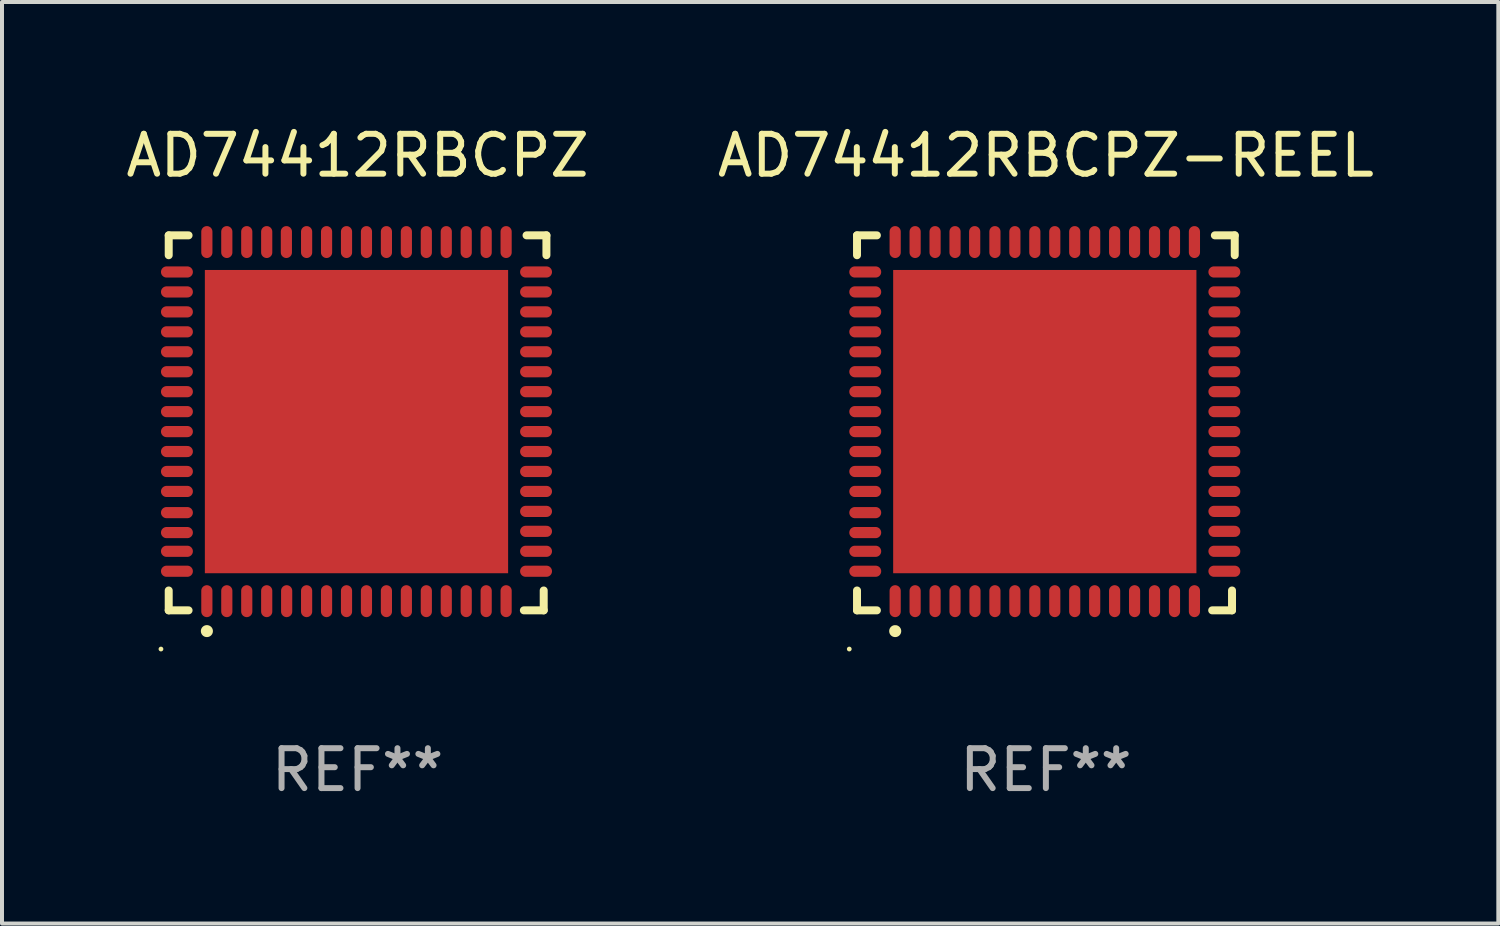
<source format=kicad_pcb>
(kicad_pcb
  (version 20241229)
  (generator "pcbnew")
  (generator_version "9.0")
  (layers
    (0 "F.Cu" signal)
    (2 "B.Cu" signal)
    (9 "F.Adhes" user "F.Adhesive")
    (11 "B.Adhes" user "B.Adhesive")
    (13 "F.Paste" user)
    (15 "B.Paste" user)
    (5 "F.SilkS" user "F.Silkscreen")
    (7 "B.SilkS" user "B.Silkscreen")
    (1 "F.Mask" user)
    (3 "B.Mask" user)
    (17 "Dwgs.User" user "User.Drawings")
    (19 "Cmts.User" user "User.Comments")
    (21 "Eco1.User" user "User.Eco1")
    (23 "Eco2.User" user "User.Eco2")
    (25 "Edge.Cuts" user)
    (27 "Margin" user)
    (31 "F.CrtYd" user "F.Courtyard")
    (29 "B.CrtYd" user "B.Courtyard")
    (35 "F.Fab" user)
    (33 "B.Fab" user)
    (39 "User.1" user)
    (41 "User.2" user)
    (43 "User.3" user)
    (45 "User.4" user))
  (footprint "AD74412RBCPZ-REEL"
    (layer "F.Cu")
    (at 23.161 7.547)
    (property "Reference" "AD74412RBCPZ-REEL" (at 0 -6.699 0) (layer "F.SilkS") (effects (font (size 1 1) (thickness 0.15))))
    (attr through_hole)
    (fp_line (start -4.733 -4.699) (end -4.235 -4.699) (stroke (width 0.2) (type solid)) (layer "F.SilkS"))
    (fp_line (start -4.733 -4.201) (end -4.733 -4.699) (stroke (width 0.2) (type solid)) (layer "F.SilkS"))
    (fp_line (start -4.733 4.699) (end -4.733 4.201) (stroke (width 0.2) (type solid)) (layer "F.SilkS"))
    (fp_line (start -4.235 4.699) (end -4.733 4.699) (stroke (width 0.2) (type solid)) (layer "F.SilkS"))
    (fp_line (start 4.168 4.699) (end 4.665 4.699) (stroke (width 0.2) (type solid)) (layer "F.SilkS"))
    (fp_line (start 4.665 4.699) (end 4.665 4.201) (stroke (width 0.2) (type solid)) (layer "F.SilkS"))
    (fp_line (start 4.733 -4.699) (end 4.235 -4.699) (stroke (width 0.2) (type solid)) (layer "F.SilkS"))
    (fp_line (start 4.733 -4.201) (end 4.733 -4.699) (stroke (width 0.2) (type solid)) (layer "F.SilkS"))
    (fp_arc (start -3.777419 5.219329) (mid -3.776149 5.219324) (end -3.774879 5.219329) (stroke (width 0.3) (type solid)) (layer "F.SilkS"))
    (fp_circle (center -4.927 5.669) (end -4.897 5.669) (stroke (width 0.06) (type solid)) (fill no) (layer "F.SilkS"))
    (fp_text user "REF**" (at 0 8.699 0) (layer "F.Fab") (effects (font (size 1 1) (thickness 0.15))))
    (pad "1" smd oval (at -3.777 4.469 180) (size 0.28 0.8) (layers "F.Cu" "F.Mask" "F.Paste"))
    (pad "2" smd oval (at -3.277 4.469 180) (size 0.28 0.8) (layers "F.Cu" "F.Mask" "F.Paste"))
    (pad "3" smd oval (at -2.777 4.469 180) (size 0.28 0.8) (layers "F.Cu" "F.Mask" "F.Paste"))
    (pad "4" smd oval (at -2.277 4.469 180) (size 0.28 0.8) (layers "F.Cu" "F.Mask" "F.Paste"))
    (pad "5" smd oval (at -1.777 4.469 180) (size 0.28 0.8) (layers "F.Cu" "F.Mask" "F.Paste"))
    (pad "6" smd oval (at -1.277 4.469 180) (size 0.28 0.8) (layers "F.Cu" "F.Mask" "F.Paste"))
    (pad "7" smd oval (at -0.777 4.469 180) (size 0.28 0.8) (layers "F.Cu" "F.Mask" "F.Paste"))
    (pad "8" smd oval (at -0.277 4.469 180) (size 0.28 0.8) (layers "F.Cu" "F.Mask" "F.Paste"))
    (pad "9" smd oval (at 0.223 4.469 180) (size 0.28 0.8) (layers "F.Cu" "F.Mask" "F.Paste"))
    (pad "10" smd oval (at 0.723 4.469 180) (size 0.28 0.8) (layers "F.Cu" "F.Mask" "F.Paste"))
    (pad "11" smd oval (at 1.223 4.469 180) (size 0.28 0.8) (layers "F.Cu" "F.Mask" "F.Paste"))
    (pad "12" smd oval (at 1.723 4.469 180) (size 0.28 0.8) (layers "F.Cu" "F.Mask" "F.Paste"))
    (pad "13" smd oval (at 2.223 4.469 180) (size 0.28 0.8) (layers "F.Cu" "F.Mask" "F.Paste"))
    (pad "14" smd oval (at 2.723 4.469 180) (size 0.28 0.8) (layers "F.Cu" "F.Mask" "F.Paste"))
    (pad "15" smd oval (at 3.223 4.469 180) (size 0.28 0.8) (layers "F.Cu" "F.Mask" "F.Paste"))
    (pad "16" smd oval (at 3.723 4.469 180) (size 0.28 0.8) (layers "F.Cu" "F.Mask" "F.Paste"))
    (pad "17" smd oval (at 4.473 3.719 270) (size 0.28 0.8) (layers "F.Cu" "F.Mask" "F.Paste"))
    (pad "18" smd oval (at 4.473 3.219 270) (size 0.28 0.8) (layers "F.Cu" "F.Mask" "F.Paste"))
    (pad "19" smd oval (at 4.473 2.719 270) (size 0.28 0.8) (layers "F.Cu" "F.Mask" "F.Paste"))
    (pad "20" smd oval (at 4.473 2.219 270) (size 0.28 0.8) (layers "F.Cu" "F.Mask" "F.Paste"))
    (pad "21" smd oval (at 4.473 1.719 270) (size 0.28 0.8) (layers "F.Cu" "F.Mask" "F.Paste"))
    (pad "22" smd oval (at 4.473 1.219 270) (size 0.28 0.8) (layers "F.Cu" "F.Mask" "F.Paste"))
    (pad "23" smd oval (at 4.473 0.719 270) (size 0.28 0.8) (layers "F.Cu" "F.Mask" "F.Paste"))
    (pad "24" smd oval (at 4.473 0.219 270) (size 0.28 0.8) (layers "F.Cu" "F.Mask" "F.Paste"))
    (pad "25" smd oval (at 4.473 -0.281 270) (size 0.28 0.8) (layers "F.Cu" "F.Mask" "F.Paste"))
    (pad "26" smd oval (at 4.473 -0.781 270) (size 0.28 0.8) (layers "F.Cu" "F.Mask" "F.Paste"))
    (pad "27" smd oval (at 4.473 -1.281 270) (size 0.28 0.8) (layers "F.Cu" "F.Mask" "F.Paste"))
    (pad "28" smd oval (at 4.473 -1.781 270) (size 0.28 0.8) (layers "F.Cu" "F.Mask" "F.Paste"))
    (pad "29" smd oval (at 4.473 -2.281 270) (size 0.28 0.8) (layers "F.Cu" "F.Mask" "F.Paste"))
    (pad "30" smd oval (at 4.473 -2.781 270) (size 0.28 0.8) (layers "F.Cu" "F.Mask" "F.Paste"))
    (pad "31" smd oval (at 4.473 -3.281 270) (size 0.28 0.8) (layers "F.Cu" "F.Mask" "F.Paste"))
    (pad "32" smd oval (at 4.473 -3.781 270) (size 0.28 0.8) (layers "F.Cu" "F.Mask" "F.Paste"))
    (pad "33" smd oval (at 3.723 -4.531) (size 0.28 0.8) (layers "F.Cu" "F.Mask" "F.Paste"))
    (pad "34" smd oval (at 3.223 -4.531) (size 0.28 0.8) (layers "F.Cu" "F.Mask" "F.Paste"))
    (pad "35" smd oval (at 2.723 -4.531) (size 0.28 0.8) (layers "F.Cu" "F.Mask" "F.Paste"))
    (pad "36" smd oval (at 2.223 -4.531) (size 0.28 0.8) (layers "F.Cu" "F.Mask" "F.Paste"))
    (pad "37" smd oval (at 1.723 -4.531) (size 0.28 0.8) (layers "F.Cu" "F.Mask" "F.Paste"))
    (pad "38" smd oval (at 1.223 -4.531) (size 0.28 0.8) (layers "F.Cu" "F.Mask" "F.Paste"))
    (pad "39" smd oval (at 0.723 -4.531) (size 0.28 0.8) (layers "F.Cu" "F.Mask" "F.Paste"))
    (pad "40" smd oval (at 0.223 -4.531) (size 0.28 0.8) (layers "F.Cu" "F.Mask" "F.Paste"))
    (pad "41" smd oval (at -0.277 -4.531) (size 0.28 0.8) (layers "F.Cu" "F.Mask" "F.Paste"))
    (pad "42" smd oval (at -0.777 -4.531) (size 0.28 0.8) (layers "F.Cu" "F.Mask" "F.Paste"))
    (pad "43" smd oval (at -1.277 -4.531) (size 0.28 0.8) (layers "F.Cu" "F.Mask" "F.Paste"))
    (pad "44" smd oval (at -1.784 -4.531) (size 0.28 0.8) (layers "F.Cu" "F.Mask" "F.Paste"))
    (pad "45" smd oval (at -2.277 -4.531) (size 0.28 0.8) (layers "F.Cu" "F.Mask" "F.Paste"))
    (pad "46" smd oval (at -2.777 -4.531) (size 0.28 0.8) (layers "F.Cu" "F.Mask" "F.Paste"))
    (pad "47" smd oval (at -3.277 -4.531) (size 0.28 0.8) (layers "F.Cu" "F.Mask" "F.Paste"))
    (pad "48" smd oval (at -3.777 -4.531) (size 0.28 0.8) (layers "F.Cu" "F.Mask" "F.Paste"))
    (pad "49" smd oval (at -4.527 -3.781 90) (size 0.28 0.8) (layers "F.Cu" "F.Mask" "F.Paste"))
    (pad "50" smd oval (at -4.527 -3.281 90) (size 0.28 0.8) (layers "F.Cu" "F.Mask" "F.Paste"))
    (pad "51" smd oval (at -4.527 -2.781 90) (size 0.28 0.8) (layers "F.Cu" "F.Mask" "F.Paste"))
    (pad "52" smd oval (at -4.527 -2.281 90) (size 0.28 0.8) (layers "F.Cu" "F.Mask" "F.Paste"))
    (pad "53" smd oval (at -4.527 -1.781 90) (size 0.28 0.8) (layers "F.Cu" "F.Mask" "F.Paste"))
    (pad "54" smd oval (at -4.527 -1.281 90) (size 0.28 0.8) (layers "F.Cu" "F.Mask" "F.Paste"))
    (pad "55" smd oval (at -4.527 -0.781 90) (size 0.28 0.8) (layers "F.Cu" "F.Mask" "F.Paste"))
    (pad "56" smd oval (at -4.527 -0.281 90) (size 0.28 0.8) (layers "F.Cu" "F.Mask" "F.Paste"))
    (pad "57" smd oval (at -4.527 0.219 90) (size 0.28 0.8) (layers "F.Cu" "F.Mask" "F.Paste"))
    (pad "58" smd oval (at -4.527 0.719 90) (size 0.28 0.8) (layers "F.Cu" "F.Mask" "F.Paste"))
    (pad "59" smd oval (at -4.527 1.219 90) (size 0.28 0.8) (layers "F.Cu" "F.Mask" "F.Paste"))
    (pad "60" smd oval (at -4.527 1.719 90) (size 0.28 0.8) (layers "F.Cu" "F.Mask" "F.Paste"))
    (pad "61" smd oval (at -4.527 2.25 90) (size 0.28 0.8) (layers "F.Cu" "F.Mask" "F.Paste"))
    (pad "62" smd oval (at -4.527 2.75 90) (size 0.28 0.8) (layers "F.Cu" "F.Mask" "F.Paste"))
    (pad "63" smd oval (at -4.527 3.219 90) (size 0.28 0.8) (layers "F.Cu" "F.Mask" "F.Paste"))
    (pad "64" smd oval (at -4.527 3.719 90) (size 0.28 0.8) (layers "F.Cu" "F.Mask" "F.Paste"))
    (pad "65" smd rect (at -0.027 -0.031 90) (size 7.6 7.6) (layers "F.Cu" "F.Mask" "F.Paste")))
  (footprint "AD74412RBCPZ"
    (layer "F.Cu")
    (at 5.911 7.547)
    (property "Reference" "AD74412RBCPZ" (at 0 -6.699 0) (layer "F.SilkS") (effects (font (size 1 1) (thickness 0.15))))
    (attr through_hole)
    (fp_line (start -4.733 -4.699) (end -4.235 -4.699) (stroke (width 0.2) (type solid)) (layer "F.SilkS"))
    (fp_line (start -4.733 -4.201) (end -4.733 -4.699) (stroke (width 0.2) (type solid)) (layer "F.SilkS"))
    (fp_line (start -4.733 4.699) (end -4.733 4.201) (stroke (width 0.2) (type solid)) (layer "F.SilkS"))
    (fp_line (start -4.235 4.699) (end -4.733 4.699) (stroke (width 0.2) (type solid)) (layer "F.SilkS"))
    (fp_line (start 4.168 4.699) (end 4.665 4.699) (stroke (width 0.2) (type solid)) (layer "F.SilkS"))
    (fp_line (start 4.665 4.699) (end 4.665 4.201) (stroke (width 0.2) (type solid)) (layer "F.SilkS"))
    (fp_line (start 4.733 -4.699) (end 4.235 -4.699) (stroke (width 0.2) (type solid)) (layer "F.SilkS"))
    (fp_line (start 4.733 -4.201) (end 4.733 -4.699) (stroke (width 0.2) (type solid)) (layer "F.SilkS"))
    (fp_arc (start -3.777419 5.219329) (mid -3.776149 5.219324) (end -3.774879 5.219329) (stroke (width 0.3) (type solid)) (layer "F.SilkS"))
    (fp_circle (center -4.927 5.669) (end -4.897 5.669) (stroke (width 0.06) (type solid)) (fill no) (layer "F.SilkS"))
    (fp_text user "REF**" (at 0 8.699 0) (layer "F.Fab") (effects (font (size 1 1) (thickness 0.15))))
    (pad "1" smd oval (at -3.777 4.469 180) (size 0.28 0.8) (layers "F.Cu" "F.Mask" "F.Paste"))
    (pad "2" smd oval (at -3.277 4.469 180) (size 0.28 0.8) (layers "F.Cu" "F.Mask" "F.Paste"))
    (pad "3" smd oval (at -2.777 4.469 180) (size 0.28 0.8) (layers "F.Cu" "F.Mask" "F.Paste"))
    (pad "4" smd oval (at -2.277 4.469 180) (size 0.28 0.8) (layers "F.Cu" "F.Mask" "F.Paste"))
    (pad "5" smd oval (at -1.777 4.469 180) (size 0.28 0.8) (layers "F.Cu" "F.Mask" "F.Paste"))
    (pad "6" smd oval (at -1.277 4.469 180) (size 0.28 0.8) (layers "F.Cu" "F.Mask" "F.Paste"))
    (pad "7" smd oval (at -0.777 4.469 180) (size 0.28 0.8) (layers "F.Cu" "F.Mask" "F.Paste"))
    (pad "8" smd oval (at -0.277 4.469 180) (size 0.28 0.8) (layers "F.Cu" "F.Mask" "F.Paste"))
    (pad "9" smd oval (at 0.223 4.469 180) (size 0.28 0.8) (layers "F.Cu" "F.Mask" "F.Paste"))
    (pad "10" smd oval (at 0.723 4.469 180) (size 0.28 0.8) (layers "F.Cu" "F.Mask" "F.Paste"))
    (pad "11" smd oval (at 1.223 4.469 180) (size 0.28 0.8) (layers "F.Cu" "F.Mask" "F.Paste"))
    (pad "12" smd oval (at 1.723 4.469 180) (size 0.28 0.8) (layers "F.Cu" "F.Mask" "F.Paste"))
    (pad "13" smd oval (at 2.223 4.469 180) (size 0.28 0.8) (layers "F.Cu" "F.Mask" "F.Paste"))
    (pad "14" smd oval (at 2.723 4.469 180) (size 0.28 0.8) (layers "F.Cu" "F.Mask" "F.Paste"))
    (pad "15" smd oval (at 3.223 4.469 180) (size 0.28 0.8) (layers "F.Cu" "F.Mask" "F.Paste"))
    (pad "16" smd oval (at 3.723 4.469 180) (size 0.28 0.8) (layers "F.Cu" "F.Mask" "F.Paste"))
    (pad "17" smd oval (at 4.473 3.719 270) (size 0.28 0.8) (layers "F.Cu" "F.Mask" "F.Paste"))
    (pad "18" smd oval (at 4.473 3.219 270) (size 0.28 0.8) (layers "F.Cu" "F.Mask" "F.Paste"))
    (pad "19" smd oval (at 4.473 2.719 270) (size 0.28 0.8) (layers "F.Cu" "F.Mask" "F.Paste"))
    (pad "20" smd oval (at 4.473 2.219 270) (size 0.28 0.8) (layers "F.Cu" "F.Mask" "F.Paste"))
    (pad "21" smd oval (at 4.473 1.719 270) (size 0.28 0.8) (layers "F.Cu" "F.Mask" "F.Paste"))
    (pad "22" smd oval (at 4.473 1.219 270) (size 0.28 0.8) (layers "F.Cu" "F.Mask" "F.Paste"))
    (pad "23" smd oval (at 4.473 0.719 270) (size 0.28 0.8) (layers "F.Cu" "F.Mask" "F.Paste"))
    (pad "24" smd oval (at 4.473 0.219 270) (size 0.28 0.8) (layers "F.Cu" "F.Mask" "F.Paste"))
    (pad "25" smd oval (at 4.473 -0.281 270) (size 0.28 0.8) (layers "F.Cu" "F.Mask" "F.Paste"))
    (pad "26" smd oval (at 4.473 -0.781 270) (size 0.28 0.8) (layers "F.Cu" "F.Mask" "F.Paste"))
    (pad "27" smd oval (at 4.473 -1.281 270) (size 0.28 0.8) (layers "F.Cu" "F.Mask" "F.Paste"))
    (pad "28" smd oval (at 4.473 -1.781 270) (size 0.28 0.8) (layers "F.Cu" "F.Mask" "F.Paste"))
    (pad "29" smd oval (at 4.473 -2.281 270) (size 0.28 0.8) (layers "F.Cu" "F.Mask" "F.Paste"))
    (pad "30" smd oval (at 4.473 -2.781 270) (size 0.28 0.8) (layers "F.Cu" "F.Mask" "F.Paste"))
    (pad "31" smd oval (at 4.473 -3.281 270) (size 0.28 0.8) (layers "F.Cu" "F.Mask" "F.Paste"))
    (pad "32" smd oval (at 4.473 -3.781 270) (size 0.28 0.8) (layers "F.Cu" "F.Mask" "F.Paste"))
    (pad "33" smd oval (at 3.723 -4.531) (size 0.28 0.8) (layers "F.Cu" "F.Mask" "F.Paste"))
    (pad "34" smd oval (at 3.223 -4.531) (size 0.28 0.8) (layers "F.Cu" "F.Mask" "F.Paste"))
    (pad "35" smd oval (at 2.723 -4.531) (size 0.28 0.8) (layers "F.Cu" "F.Mask" "F.Paste"))
    (pad "36" smd oval (at 2.223 -4.531) (size 0.28 0.8) (layers "F.Cu" "F.Mask" "F.Paste"))
    (pad "37" smd oval (at 1.723 -4.531) (size 0.28 0.8) (layers "F.Cu" "F.Mask" "F.Paste"))
    (pad "38" smd oval (at 1.223 -4.531) (size 0.28 0.8) (layers "F.Cu" "F.Mask" "F.Paste"))
    (pad "39" smd oval (at 0.723 -4.531) (size 0.28 0.8) (layers "F.Cu" "F.Mask" "F.Paste"))
    (pad "40" smd oval (at 0.223 -4.531) (size 0.28 0.8) (layers "F.Cu" "F.Mask" "F.Paste"))
    (pad "41" smd oval (at -0.277 -4.531) (size 0.28 0.8) (layers "F.Cu" "F.Mask" "F.Paste"))
    (pad "42" smd oval (at -0.777 -4.531) (size 0.28 0.8) (layers "F.Cu" "F.Mask" "F.Paste"))
    (pad "43" smd oval (at -1.277 -4.531) (size 0.28 0.8) (layers "F.Cu" "F.Mask" "F.Paste"))
    (pad "44" smd oval (at -1.784 -4.531) (size 0.28 0.8) (layers "F.Cu" "F.Mask" "F.Paste"))
    (pad "45" smd oval (at -2.277 -4.531) (size 0.28 0.8) (layers "F.Cu" "F.Mask" "F.Paste"))
    (pad "46" smd oval (at -2.777 -4.531) (size 0.28 0.8) (layers "F.Cu" "F.Mask" "F.Paste"))
    (pad "47" smd oval (at -3.277 -4.531) (size 0.28 0.8) (layers "F.Cu" "F.Mask" "F.Paste"))
    (pad "48" smd oval (at -3.777 -4.531) (size 0.28 0.8) (layers "F.Cu" "F.Mask" "F.Paste"))
    (pad "49" smd oval (at -4.527 -3.781 90) (size 0.28 0.8) (layers "F.Cu" "F.Mask" "F.Paste"))
    (pad "50" smd oval (at -4.527 -3.281 90) (size 0.28 0.8) (layers "F.Cu" "F.Mask" "F.Paste"))
    (pad "51" smd oval (at -4.527 -2.781 90) (size 0.28 0.8) (layers "F.Cu" "F.Mask" "F.Paste"))
    (pad "52" smd oval (at -4.527 -2.281 90) (size 0.28 0.8) (layers "F.Cu" "F.Mask" "F.Paste"))
    (pad "53" smd oval (at -4.527 -1.781 90) (size 0.28 0.8) (layers "F.Cu" "F.Mask" "F.Paste"))
    (pad "54" smd oval (at -4.527 -1.281 90) (size 0.28 0.8) (layers "F.Cu" "F.Mask" "F.Paste"))
    (pad "55" smd oval (at -4.527 -0.781 90) (size 0.28 0.8) (layers "F.Cu" "F.Mask" "F.Paste"))
    (pad "56" smd oval (at -4.527 -0.281 90) (size 0.28 0.8) (layers "F.Cu" "F.Mask" "F.Paste"))
    (pad "57" smd oval (at -4.527 0.219 90) (size 0.28 0.8) (layers "F.Cu" "F.Mask" "F.Paste"))
    (pad "58" smd oval (at -4.527 0.719 90) (size 0.28 0.8) (layers "F.Cu" "F.Mask" "F.Paste"))
    (pad "59" smd oval (at -4.527 1.219 90) (size 0.28 0.8) (layers "F.Cu" "F.Mask" "F.Paste"))
    (pad "60" smd oval (at -4.527 1.719 90) (size 0.28 0.8) (layers "F.Cu" "F.Mask" "F.Paste"))
    (pad "61" smd oval (at -4.527 2.25 90) (size 0.28 0.8) (layers "F.Cu" "F.Mask" "F.Paste"))
    (pad "62" smd oval (at -4.527 2.75 90) (size 0.28 0.8) (layers "F.Cu" "F.Mask" "F.Paste"))
    (pad "63" smd oval (at -4.527 3.219 90) (size 0.28 0.8) (layers "F.Cu" "F.Mask" "F.Paste"))
    (pad "64" smd oval (at -4.527 3.719 90) (size 0.28 0.8) (layers "F.Cu" "F.Mask" "F.Paste"))
    (pad "65" smd rect (at -0.027 -0.031 90) (size 7.6 7.6) (layers "F.Cu" "F.Mask" "F.Paste")))
  (gr_rect
    (start -3 -3)
    (end 34.5 20.095)
    (stroke (width 0.1) (type default))
    (fill no)
    (layer "Edge.Cuts")))
</source>
